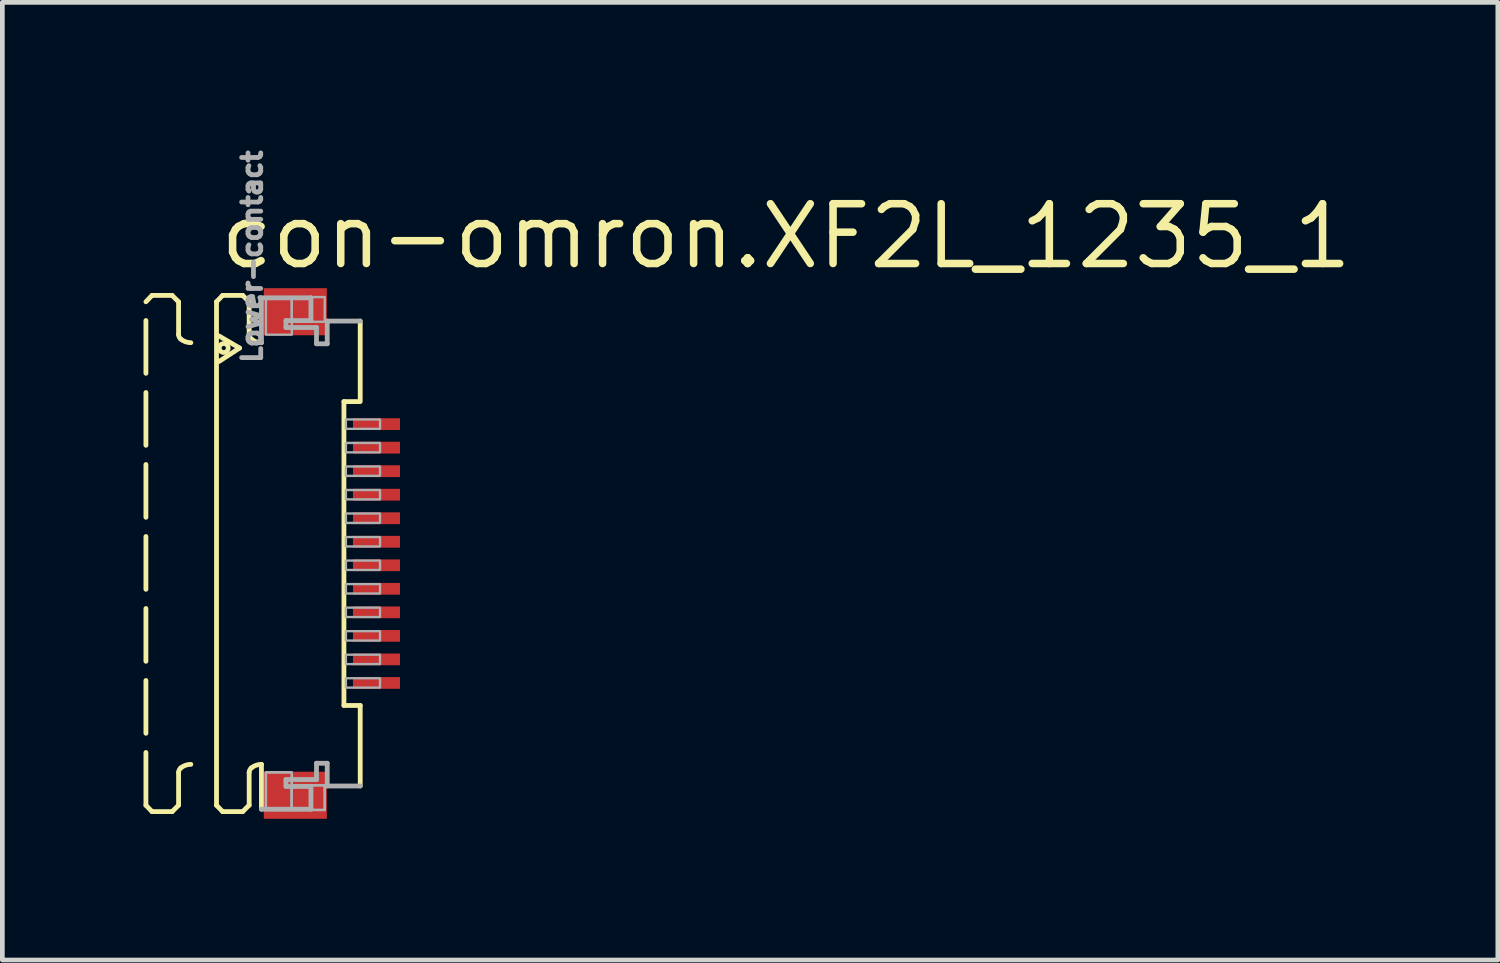
<source format=kicad_pcb>
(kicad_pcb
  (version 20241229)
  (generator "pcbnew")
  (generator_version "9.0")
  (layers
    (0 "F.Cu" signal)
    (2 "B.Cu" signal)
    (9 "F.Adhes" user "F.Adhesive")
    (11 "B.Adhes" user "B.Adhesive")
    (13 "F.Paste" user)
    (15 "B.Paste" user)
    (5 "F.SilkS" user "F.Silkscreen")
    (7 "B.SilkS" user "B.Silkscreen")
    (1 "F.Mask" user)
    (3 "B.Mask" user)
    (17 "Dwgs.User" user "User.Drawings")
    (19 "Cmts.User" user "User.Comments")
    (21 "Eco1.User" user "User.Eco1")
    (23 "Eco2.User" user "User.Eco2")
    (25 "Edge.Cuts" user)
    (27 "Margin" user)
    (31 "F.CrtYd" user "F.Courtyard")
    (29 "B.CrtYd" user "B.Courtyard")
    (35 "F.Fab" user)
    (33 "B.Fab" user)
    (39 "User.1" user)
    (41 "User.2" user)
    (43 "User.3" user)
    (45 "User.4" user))
  (footprint "con-omron.XF2L_1235_1"
    (layer "F.Cu")
    (at 3.046 8.713)
    (property "Reference" "con-omron.XF2L_1235_1" (at -1.5 -6 0) (layer "F.SilkS") (effects (font (size 1.27 1.27) (thickness 0.16)) (justify left bottom)))
    (attr smd)
    (fp_rect (start 1.355 -2.575) (end 2.455 -2.925) (stroke (width 0.05) (type default)) (fill yes) (layer "F.Mask"))
    (fp_rect (start 1.355 -2.075) (end 2.455 -2.425) (stroke (width 0.05) (type default)) (fill yes) (layer "F.Mask"))
    (fp_rect (start 1.355 -1.575) (end 2.455 -1.925) (stroke (width 0.05) (type default)) (fill yes) (layer "F.Mask"))
    (fp_rect (start 1.355 -1.075) (end 2.455 -1.425) (stroke (width 0.05) (type default)) (fill yes) (layer "F.Mask"))
    (fp_rect (start 1.355 -0.575) (end 2.455 -0.925) (stroke (width 0.05) (type default)) (fill yes) (layer "F.Mask"))
    (fp_rect (start 1.355 -0.075) (end 2.455 -0.425) (stroke (width 0.05) (type default)) (fill yes) (layer "F.Mask"))
    (fp_rect (start 1.355 0.425) (end 2.455 0.075) (stroke (width 0.05) (type default)) (fill yes) (layer "F.Mask"))
    (fp_rect (start 1.355 0.925) (end 2.455 0.575) (stroke (width 0.05) (type default)) (fill yes) (layer "F.Mask"))
    (fp_rect (start 1.355 1.425) (end 2.455 1.075) (stroke (width 0.05) (type default)) (fill yes) (layer "F.Mask"))
    (fp_rect (start 1.355 1.925) (end 2.455 1.575) (stroke (width 0.05) (type default)) (fill yes) (layer "F.Mask"))
    (fp_rect (start 1.355 2.425) (end 2.455 2.075) (stroke (width 0.05) (type default)) (fill yes) (layer "F.Mask"))
    (fp_rect (start 1.355 2.925) (end 2.455 2.575) (stroke (width 0.05) (type default)) (fill yes) (layer "F.Mask"))
    (fp_line (start -2.995 -5.35) (end -2.865 -5.485) (stroke (width 0.102) (type default)) (layer "F.SilkS"))
    (fp_line (start -2.995 5.35) (end -2.995 -5.35) (stroke (width 0.102) (type dash)) (layer "F.SilkS"))
    (fp_line (start -2.995 5.35) (end -2.865 5.485) (stroke (width 0.102) (type default)) (layer "F.SilkS"))
    (fp_line (start -2.865 -5.485) (end -2.438 -5.485) (stroke (width 0.102) (type dash)) (layer "F.SilkS"))
    (fp_line (start -2.865 5.485) (end -2.438 5.485) (stroke (width 0.102) (type dash)) (layer "F.SilkS"))
    (fp_line (start -2.438 -5.485) (end -2.301 -5.348) (stroke (width 0.102) (type default)) (layer "F.SilkS"))
    (fp_line (start -2.438 5.485) (end -2.301 5.348) (stroke (width 0.102) (type default)) (layer "F.SilkS"))
    (fp_line (start -2.301 -5.348) (end -2.301 -4.656) (stroke (width 0.102) (type dash)) (layer "F.SilkS"))
    (fp_line (start -2.301 5.348) (end -2.301 4.656) (stroke (width 0.102) (type dash)) (layer "F.SilkS"))
    (fp_line (start -1.495 -5.35) (end -1.365 -5.485) (stroke (width 0.102) (type default)) (layer "F.SilkS"))
    (fp_line (start -1.495 5.35) (end -1.495 -5.35) (stroke (width 0.102) (type default)) (layer "F.SilkS"))
    (fp_line (start -1.495 5.35) (end -1.365 5.485) (stroke (width 0.102) (type default)) (layer "F.SilkS"))
    (fp_line (start -1.441 -4.623) (end -1.005 -4.367) (stroke (width 0.102) (type default)) (layer "F.SilkS"))
    (fp_line (start -1.365 -5.485) (end -0.939 -5.485) (stroke (width 0.102) (type default)) (layer "F.SilkS"))
    (fp_line (start -1.365 5.485) (end -0.939 5.485) (stroke (width 0.102) (type default)) (layer "F.SilkS"))
    (fp_line (start -1.005 -4.367) (end -1.441 -4.082) (stroke (width 0.102) (type default)) (layer "F.SilkS"))
    (fp_line (start -0.939 -5.485) (end -0.801 -5.348) (stroke (width 0.102) (type default)) (layer "F.SilkS"))
    (fp_line (start -0.939 5.485) (end -0.801 5.348) (stroke (width 0.102) (type default)) (layer "F.SilkS"))
    (fp_line (start -0.801 -5.348) (end -0.801 -4.656) (stroke (width 0.102) (type default)) (layer "F.SilkS"))
    (fp_line (start -0.801 5.348) (end -0.801 4.656) (stroke (width 0.102) (type default)) (layer "F.SilkS"))
    (fp_line (start -0.54 4.48) (end -0.54 5.433) (stroke (width 0.102) (type default)) (layer "F.SilkS"))
    (fp_line (start 1.213 3.229) (end 1.213 -3.229) (stroke (width 0.102) (type default)) (layer "F.SilkS"))
    (fp_line (start 1.538 -3.229) (end 1.213 -3.229) (stroke (width 0.102) (type default)) (layer "F.SilkS"))
    (fp_line (start 1.559 -4.94) (end 1.559 -3.229) (stroke (width 0.102) (type default)) (layer "F.SilkS"))
    (fp_line (start 1.559 3.229) (end 1.213 3.229) (stroke (width 0.102) (type default)) (layer "F.SilkS"))
    (fp_line (start 1.559 4.94) (end 1.559 3.229) (stroke (width 0.102) (type default)) (layer "F.SilkS"))
    (fp_arc (start -2.301 4.6557) (mid -2.288538 4.600596) (end -2.2536 4.5562) (stroke (width 0.1016) (type default)) (layer "F.SilkS"))
    (fp_arc (start -2.2536 -4.5562) (mid -2.288538 -4.600596) (end -2.301 -4.6557) (stroke (width 0.1016) (type default)) (layer "F.SilkS"))
    (fp_arc (start -2.2536 4.5562) (mid -2.153476 4.499936) (end -2.0403 4.4804) (stroke (width 0.1016) (type default)) (layer "F.SilkS"))
    (fp_arc (start -2.0403 -4.4804) (mid -2.153476 -4.499936) (end -2.2536 -4.5562) (stroke (width 0.1016) (type default)) (layer "F.SilkS"))
    (fp_arc (start -0.801 4.6557) (mid -0.788538 4.600596) (end -0.7536 4.5562) (stroke (width 0.1016) (type default)) (layer "F.SilkS"))
    (fp_arc (start -0.7536 -4.5562) (mid -0.788538 -4.600596) (end -0.801 -4.6557) (stroke (width 0.1016) (type default)) (layer "F.SilkS"))
    (fp_arc (start -0.7536 4.5562) (mid -0.653476 4.499936) (end -0.5403 4.4804) (stroke (width 0.1016) (type default)) (layer "F.SilkS"))
    (fp_arc (start -0.5403 -4.4804) (mid -0.653476 -4.499936) (end -0.7536 -4.5562) (stroke (width 0.1016) (type default)) (layer "F.SilkS"))
    (fp_circle (center -1.341 -4.367) (end -1.246 -4.367) (stroke (width 0.1) (type default)) (fill no) (layer "F.SilkS"))
    (fp_line (start -0.54 -5.433) (end 0.512 -5.433) (stroke (width 0.102) (type default)) (layer "F.Fab"))
    (fp_line (start -0.54 -4.48) (end -0.54 -5.433) (stroke (width 0.102) (type default)) (layer "F.Fab"))
    (fp_line (start -0.54 5.433) (end 0.512 5.433) (stroke (width 0.102) (type default)) (layer "F.Fab"))
    (fp_line (start -0.019 -4.95) (end -0.019 -4.803) (stroke (width 0.102) (type default)) (layer "F.Fab"))
    (fp_line (start -0.019 -4.803) (end 0.63 -4.803) (stroke (width 0.102) (type default)) (layer "F.Fab"))
    (fp_line (start -0.019 4.803) (end 0.63 4.803) (stroke (width 0.102) (type default)) (layer "F.Fab"))
    (fp_line (start -0.019 4.95) (end -0.019 4.803) (stroke (width 0.102) (type default)) (layer "F.Fab"))
    (fp_line (start 0.512 -5.433) (end 0.512 -4.95) (stroke (width 0.102) (type default)) (layer "F.Fab"))
    (fp_line (start 0.512 -4.95) (end -0.019 -4.95) (stroke (width 0.102) (type default)) (layer "F.Fab"))
    (fp_line (start 0.512 4.95) (end -0.019 4.95) (stroke (width 0.102) (type default)) (layer "F.Fab"))
    (fp_line (start 0.512 5.433) (end 0.512 4.95) (stroke (width 0.102) (type default)) (layer "F.Fab"))
    (fp_line (start 0.63 -4.803) (end 0.63 -4.457) (stroke (width 0.102) (type default)) (layer "F.Fab"))
    (fp_line (start 0.63 -4.457) (end 0.858 -4.457) (stroke (width 0.102) (type default)) (layer "F.Fab"))
    (fp_line (start 0.63 4.457) (end 0.858 4.457) (stroke (width 0.102) (type default)) (layer "F.Fab"))
    (fp_line (start 0.63 4.803) (end 0.63 4.457) (stroke (width 0.102) (type default)) (layer "F.Fab"))
    (fp_line (start 0.858 -4.94) (end 1.559 -4.94) (stroke (width 0.102) (type default)) (layer "F.Fab"))
    (fp_line (start 0.858 -4.457) (end 0.858 -4.94) (stroke (width 0.102) (type default)) (layer "F.Fab"))
    (fp_line (start 0.858 4.457) (end 0.858 4.94) (stroke (width 0.102) (type default)) (layer "F.Fab"))
    (fp_line (start 0.858 4.94) (end 1.559 4.94) (stroke (width 0.102) (type default)) (layer "F.Fab"))
    (fp_rect (start -0.445 -4.65) (end 0.105 -5.45) (stroke (width 0.05) (type default)) (fill no) (layer "F.Fab"))
    (fp_rect (start -0.445 5.45) (end 0.105 4.65) (stroke (width 0.05) (type default)) (fill no) (layer "F.Fab"))
    (fp_rect (start -0.445 5.45) (end 0.105 4.65) (stroke (width 0.05) (type default)) (fill no) (layer "F.Fab"))
    (fp_rect (start 0.105 -4.925) (end 0.805 -5.45) (stroke (width 0.05) (type default)) (fill no) (layer "F.Fab"))
    (fp_rect (start 0.105 5.45) (end 0.805 4.925) (stroke (width 0.05) (type default)) (fill no) (layer "F.Fab"))
    (fp_rect (start 0.105 5.45) (end 0.805 4.925) (stroke (width 0.05) (type default)) (fill no) (layer "F.Fab"))
    (fp_rect (start 1.255 -2.65) (end 1.98 -2.85) (stroke (width 0.05) (type default)) (fill no) (layer "F.Fab"))
    (fp_rect (start 1.255 -2.15) (end 1.98 -2.35) (stroke (width 0.05) (type default)) (fill no) (layer "F.Fab"))
    (fp_rect (start 1.255 -1.65) (end 1.98 -1.85) (stroke (width 0.05) (type default)) (fill no) (layer "F.Fab"))
    (fp_rect (start 1.255 -1.15) (end 1.98 -1.35) (stroke (width 0.05) (type default)) (fill no) (layer "F.Fab"))
    (fp_rect (start 1.255 -0.65) (end 1.98 -0.85) (stroke (width 0.05) (type default)) (fill no) (layer "F.Fab"))
    (fp_rect (start 1.255 -0.15) (end 1.98 -0.35) (stroke (width 0.05) (type default)) (fill no) (layer "F.Fab"))
    (fp_rect (start 1.255 0.35) (end 1.98 0.15) (stroke (width 0.05) (type default)) (fill no) (layer "F.Fab"))
    (fp_rect (start 1.255 0.85) (end 1.98 0.65) (stroke (width 0.05) (type default)) (fill no) (layer "F.Fab"))
    (fp_rect (start 1.255 1.35) (end 1.98 1.15) (stroke (width 0.05) (type default)) (fill no) (layer "F.Fab"))
    (fp_rect (start 1.255 1.85) (end 1.98 1.65) (stroke (width 0.05) (type default)) (fill no) (layer "F.Fab"))
    (fp_rect (start 1.255 2.35) (end 1.98 2.15) (stroke (width 0.05) (type default)) (fill no) (layer "F.Fab"))
    (fp_rect (start 1.255 2.85) (end 1.98 2.65) (stroke (width 0.05) (type default)) (fill no) (layer "F.Fab"))
    (fp_text user "Lower-contact" (at -0.5 -4 270) (layer "F.Fab") (effects (font (size 0.406 0.406) (thickness 0.15)) (justify left bottom)))
    (pad "1" smd roundrect (at 1.905 -2.75) (size 1 0.25) (layers "F.Cu" "F.Mask" "F.Paste") (roundrect_rratio 0.01))
    (pad "2" smd roundrect (at 1.905 -2.25) (size 1 0.25) (layers "F.Cu" "F.Mask" "F.Paste") (roundrect_rratio 0.01))
    (pad "3" smd roundrect (at 1.905 -1.75) (size 1 0.25) (layers "F.Cu" "F.Mask" "F.Paste") (roundrect_rratio 0.01))
    (pad "4" smd roundrect (at 1.905 -1.25) (size 1 0.25) (layers "F.Cu" "F.Mask" "F.Paste") (roundrect_rratio 0.01))
    (pad "5" smd roundrect (at 1.905 -0.75) (size 1 0.25) (layers "F.Cu" "F.Mask" "F.Paste") (roundrect_rratio 0.01))
    (pad "6" smd roundrect (at 1.905 -0.25) (size 1 0.25) (layers "F.Cu" "F.Mask" "F.Paste") (roundrect_rratio 0.01))
    (pad "7" smd roundrect (at 1.905 0.25) (size 1 0.25) (layers "F.Cu" "F.Mask" "F.Paste") (roundrect_rratio 0.01))
    (pad "8" smd roundrect (at 1.905 0.75) (size 1 0.25) (layers "F.Cu" "F.Mask" "F.Paste") (roundrect_rratio 0.01))
    (pad "9" smd roundrect (at 1.905 1.25) (size 1 0.25) (layers "F.Cu" "F.Mask" "F.Paste") (roundrect_rratio 0.01))
    (pad "10" smd roundrect (at 1.905 1.75) (size 1 0.25) (layers "F.Cu" "F.Mask" "F.Paste") (roundrect_rratio 0.01))
    (pad "11" smd roundrect (at 1.905 2.25) (size 1 0.25) (layers "F.Cu" "F.Mask" "F.Paste") (roundrect_rratio 0.01))
    (pad "12" smd roundrect (at 1.905 2.75) (size 1 0.25) (layers "F.Cu" "F.Mask" "F.Paste") (roundrect_rratio 0.01))
    (pad "M1" smd roundrect (at 0.18 -5.138) (size 1.34 1) (layers "F.Cu" "F.Mask" "F.Paste") (roundrect_rratio 0.01))
    (pad "M2" smd roundrect (at 0.18 5.138) (size 1.34 1) (layers "F.Cu" "F.Mask" "F.Paste") (roundrect_rratio 0.01)))
  (gr_rect
    (start -3 -3)
    (end 28.781 17.351)
    (stroke (width 0.1) (type default))
    (fill no)
    (layer "Edge.Cuts")))
</source>
